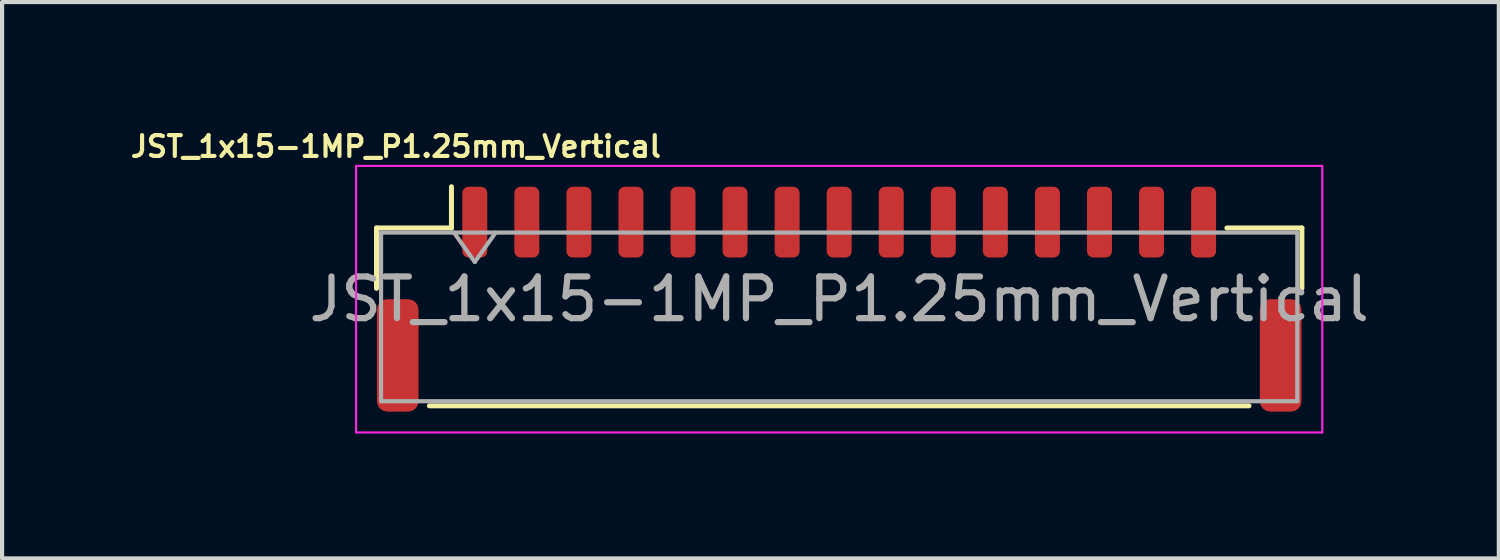
<source format=kicad_pcb>
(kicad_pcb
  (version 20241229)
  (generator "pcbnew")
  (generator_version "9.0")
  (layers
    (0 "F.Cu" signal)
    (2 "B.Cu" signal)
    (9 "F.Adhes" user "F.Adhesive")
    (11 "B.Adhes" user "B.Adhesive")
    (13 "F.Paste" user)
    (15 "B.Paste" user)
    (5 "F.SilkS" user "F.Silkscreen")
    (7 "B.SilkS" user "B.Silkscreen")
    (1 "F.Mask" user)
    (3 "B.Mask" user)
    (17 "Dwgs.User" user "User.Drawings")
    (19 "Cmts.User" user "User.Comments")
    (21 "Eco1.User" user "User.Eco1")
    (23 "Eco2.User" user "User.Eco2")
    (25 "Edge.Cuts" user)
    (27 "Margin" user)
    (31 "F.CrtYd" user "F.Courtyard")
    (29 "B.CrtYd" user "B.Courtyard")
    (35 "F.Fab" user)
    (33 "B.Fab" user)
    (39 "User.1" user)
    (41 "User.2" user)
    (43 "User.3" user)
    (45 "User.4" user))
  (footprint "JST_1x15-1MP_P1.25mm_Vertical"
    (layer "F.Cu")
    (at 17.1 4.134)
    (property "Reference" "JST_1x15-1MP_P1.25mm_Vertical" (at -10.643 -3.666 0) (unlocked yes) (layer "F.SilkS") (effects (font (size 0.5 0.5) (thickness 0.1))))
    (attr smd)
    (fp_line (start -11.11 -1.71) (end -9.31 -1.71) (stroke (width 0.12) (type solid)) (layer "F.SilkS"))
    (fp_line (start -11.11 -0.26) (end -11.11 -1.71) (stroke (width 0.12) (type solid)) (layer "F.SilkS"))
    (fp_line (start -9.84 2.56) (end 9.84 2.56) (stroke (width 0.12) (type solid)) (layer "F.SilkS"))
    (fp_line (start -9.31 -1.71) (end -9.31 -2.7) (stroke (width 0.12) (type solid)) (layer "F.SilkS"))
    (fp_line (start 11.11 -1.71) (end 9.31 -1.71) (stroke (width 0.12) (type solid)) (layer "F.SilkS"))
    (fp_line (start 11.11 -0.26) (end 11.11 -1.71) (stroke (width 0.12) (type solid)) (layer "F.SilkS"))
    (fp_line (start -11.6 -3.2) (end -11.6 3.2) (stroke (width 0.05) (type solid)) (layer "F.CrtYd"))
    (fp_line (start -11.6 3.2) (end 11.6 3.2) (stroke (width 0.05) (type solid)) (layer "F.CrtYd"))
    (fp_line (start 11.6 -3.2) (end -11.6 -3.2) (stroke (width 0.05) (type solid)) (layer "F.CrtYd"))
    (fp_line (start 11.6 3.2) (end 11.6 -3.2) (stroke (width 0.05) (type solid)) (layer "F.CrtYd"))
    (fp_line (start -11 -1.6) (end -11 2.45) (stroke (width 0.1) (type solid)) (layer "F.Fab"))
    (fp_line (start -11 -1.6) (end 11 -1.6) (stroke (width 0.1) (type solid)) (layer "F.Fab"))
    (fp_line (start -11 2.45) (end 11 2.45) (stroke (width 0.1) (type solid)) (layer "F.Fab"))
    (fp_line (start -9.25 -1.6) (end -8.75 -0.893) (stroke (width 0.1) (type solid)) (layer "F.Fab"))
    (fp_line (start -8.75 -0.893) (end -8.25 -1.6) (stroke (width 0.1) (type solid)) (layer "F.Fab"))
    (fp_line (start 11 -1.6) (end 11 2.45) (stroke (width 0.1) (type solid)) (layer "F.Fab"))
    (fp_text user "${REFERENCE}" (at 0 0 0) (layer "F.Fab") (effects (font (size 1 1) (thickness 0.15))))
    (pad "1" smd roundrect (at -8.75 -1.85) (size 0.6 1.7) (layers "F.Cu" "F.Mask" "F.Paste") (roundrect_rratio 0.25))
    (pad "2" smd roundrect (at -7.5 -1.85) (size 0.6 1.7) (layers "F.Cu" "F.Mask" "F.Paste") (roundrect_rratio 0.25))
    (pad "3" smd roundrect (at -6.25 -1.85) (size 0.6 1.7) (layers "F.Cu" "F.Mask" "F.Paste") (roundrect_rratio 0.25))
    (pad "4" smd roundrect (at -5 -1.85) (size 0.6 1.7) (layers "F.Cu" "F.Mask" "F.Paste") (roundrect_rratio 0.25))
    (pad "5" smd roundrect (at -3.75 -1.85) (size 0.6 1.7) (layers "F.Cu" "F.Mask" "F.Paste") (roundrect_rratio 0.25))
    (pad "6" smd roundrect (at -2.5 -1.85) (size 0.6 1.7) (layers "F.Cu" "F.Mask" "F.Paste") (roundrect_rratio 0.25))
    (pad "7" smd roundrect (at -1.25 -1.85) (size 0.6 1.7) (layers "F.Cu" "F.Mask" "F.Paste") (roundrect_rratio 0.25))
    (pad "8" smd roundrect (at 0 -1.85) (size 0.6 1.7) (layers "F.Cu" "F.Mask" "F.Paste") (roundrect_rratio 0.25))
    (pad "9" smd roundrect (at 1.25 -1.85) (size 0.6 1.7) (layers "F.Cu" "F.Mask" "F.Paste") (roundrect_rratio 0.25))
    (pad "10" smd roundrect (at 2.5 -1.85) (size 0.6 1.7) (layers "F.Cu" "F.Mask" "F.Paste") (roundrect_rratio 0.25))
    (pad "11" smd roundrect (at 3.75 -1.85) (size 0.6 1.7) (layers "F.Cu" "F.Mask" "F.Paste") (roundrect_rratio 0.25))
    (pad "12" smd roundrect (at 5 -1.85) (size 0.6 1.7) (layers "F.Cu" "F.Mask" "F.Paste") (roundrect_rratio 0.25))
    (pad "13" smd roundrect (at -10.6 1.35) (size 1 2.7) (layers "F.Cu" "F.Mask" "F.Paste") (roundrect_rratio 0.25))
    (pad "13" smd roundrect (at 6.25 -1.85) (size 0.6 1.7) (layers "F.Cu" "F.Mask" "F.Paste") (roundrect_rratio 0.25))
    (pad "13" smd roundrect (at 10.6 1.35) (size 1 2.7) (layers "F.Cu" "F.Mask" "F.Paste") (roundrect_rratio 0.25))
    (pad "14" smd roundrect (at 7.5 -1.85) (size 0.6 1.7) (layers "F.Cu" "F.Mask" "F.Paste") (roundrect_rratio 0.25))
    (pad "15" smd roundrect (at 8.75 -1.85) (size 0.6 1.7) (layers "F.Cu" "F.Mask" "F.Paste") (roundrect_rratio 0.25)))
  (gr_rect
    (start -3 -3)
    (end 32.939 10.359)
    (stroke (width 0.1) (type default))
    (fill no)
    (layer "Edge.Cuts")))
</source>
